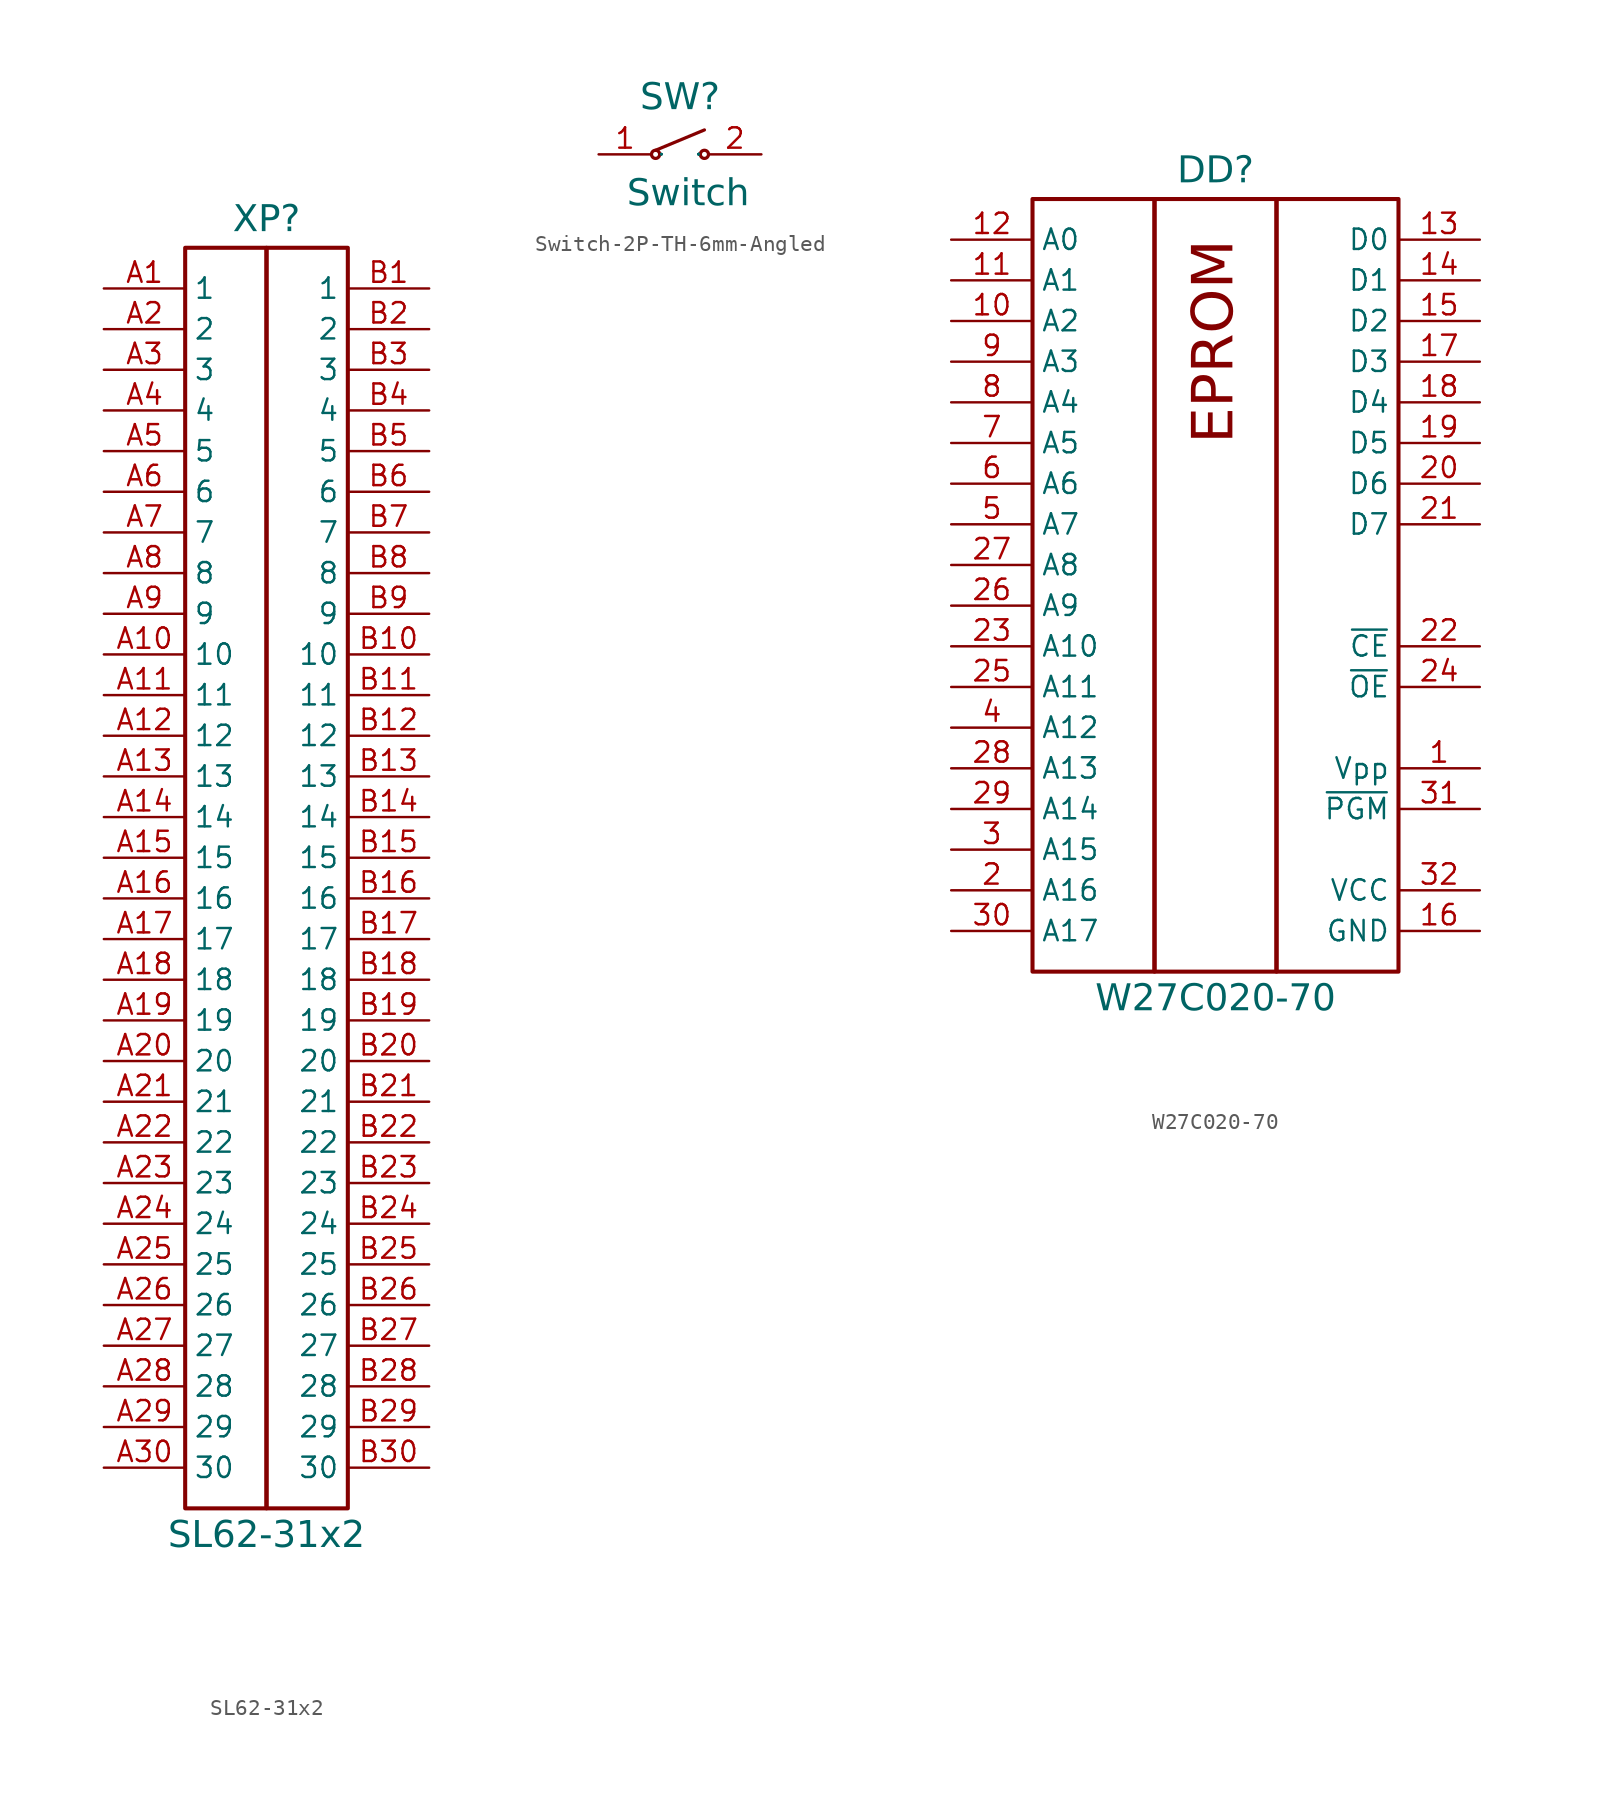
<source format=kicad_sym>
(kicad_symbol_lib
  (version 20241209)
  (generator "kicad_symbol_editor")
  (generator_version "9.0")
  (symbol "SL62-31x2"
    (property "Reference" "XP"
      (at 10.16 3.302 0)
      (do_not_autoplace)
      (effects (font (face "Input Sans Condensed") (size 1.651 1.651)) (justify bottom)))
    (property "Value" "SL62-31x2"
      (at 10.16 -76.962 0)
      (do_not_autoplace)
      (effects (font (face "Input Sans Condensed") (size 1.651 1.651)) (justify top)))
    (symbol "SL62-31x2_0_0"
      (rectangle (start 5.08 2.54) (end 10.16 -76.2) (stroke (width 0.254) (type solid)) (fill (type none)))
      (rectangle (start 10.16 2.54) (end 15.24 -76.2) (stroke (width 0.254) (type solid)) (fill (type none)))
      (pin passive line (at 0 -2.54 0) (length 5.08) (name "2" (effects (font (size 1.27 1.27)))) (number "A2" (effects (font (size 1.27 1.27)))))
      (pin passive line (at 0 -5.08 0) (length 5.08) (name "3" (effects (font (size 1.27 1.27)))) (number "A3" (effects (font (size 1.27 1.27)))))
      (pin passive line (at 0 -7.62 0) (length 5.08) (name "4" (effects (font (size 1.27 1.27)))) (number "A4" (effects (font (size 1.27 1.27)))))
      (pin passive line (at 0 -10.16 0) (length 5.08) (name "5" (effects (font (size 1.27 1.27)))) (number "A5" (effects (font (size 1.27 1.27)))))
      (pin passive line (at 0 -12.7 0) (length 5.08) (name "6" (effects (font (size 1.27 1.27)))) (number "A6" (effects (font (size 1.27 1.27)))))
      (pin passive line (at 0 -15.24 0) (length 5.08) (name "7" (effects (font (size 1.27 1.27)))) (number "A7" (effects (font (size 1.27 1.27)))))
      (pin passive line (at 0 -17.78 0) (length 5.08) (name "8" (effects (font (size 1.27 1.27)))) (number "A8" (effects (font (size 1.27 1.27)))))
      (pin passive line (at 0 -20.32 0) (length 5.08) (name "9" (effects (font (size 1.27 1.27)))) (number "A9" (effects (font (size 1.27 1.27)))))
      (pin passive line (at 0 -22.86 0) (length 5.08) (name "10" (effects (font (size 1.27 1.27)))) (number "A10" (effects (font (size 1.27 1.27)))))
      (pin passive line (at 0 -25.4 0) (length 5.08) (name "11" (effects (font (size 1.27 1.27)))) (number "A11" (effects (font (size 1.27 1.27)))))
      (pin passive line (at 0 -27.94 0) (length 5.08) (name "12" (effects (font (size 1.27 1.27)))) (number "A12" (effects (font (size 1.27 1.27)))))
      (pin passive line (at 0 -30.48 0) (length 5.08) (name "13" (effects (font (size 1.27 1.27)))) (number "A13" (effects (font (size 1.27 1.27)))))
      (pin passive line (at 0 -33.02 0) (length 5.08) (name "14" (effects (font (size 1.27 1.27)))) (number "A14" (effects (font (size 1.27 1.27)))))
      (pin passive line (at 0 -35.56 0) (length 5.08) (name "15" (effects (font (size 1.27 1.27)))) (number "A15" (effects (font (size 1.27 1.27)))))
      (pin passive line (at 0 -38.1 0) (length 5.08) (name "16" (effects (font (size 1.27 1.27)))) (number "A16" (effects (font (size 1.27 1.27)))))
      (pin passive line (at 0 -40.64 0) (length 5.08) (name "17" (effects (font (size 1.27 1.27)))) (number "A17" (effects (font (size 1.27 1.27)))))
      (pin passive line (at 0 -43.18 0) (length 5.08) (name "18" (effects (font (size 1.27 1.27)))) (number "A18" (effects (font (size 1.27 1.27)))))
      (pin passive line (at 0 -45.72 0) (length 5.08) (name "19" (effects (font (size 1.27 1.27)))) (number "A19" (effects (font (size 1.27 1.27)))))
      (pin passive line (at 0 -48.26 0) (length 5.08) (name "20" (effects (font (size 1.27 1.27)))) (number "A20" (effects (font (size 1.27 1.27)))))
      (pin passive line (at 0 -50.8 0) (length 5.08) (name "21" (effects (font (size 1.27 1.27)))) (number "A21" (effects (font (size 1.27 1.27)))))
      (pin passive line (at 0 -53.34 0) (length 5.08) (name "22" (effects (font (size 1.27 1.27)))) (number "A22" (effects (font (size 1.27 1.27)))))
      (pin passive line (at 0 -55.88 0) (length 5.08) (name "23" (effects (font (size 1.27 1.27)))) (number "A23" (effects (font (size 1.27 1.27)))))
      (pin passive line (at 0 -58.42 0) (length 5.08) (name "24" (effects (font (size 1.27 1.27)))) (number "A24" (effects (font (size 1.27 1.27)))))
      (pin passive line (at 0 -60.96 0) (length 5.08) (name "25" (effects (font (size 1.27 1.27)))) (number "A25" (effects (font (size 1.27 1.27)))))
      (pin passive line (at 0 -63.5 0) (length 5.08) (name "26" (effects (font (size 1.27 1.27)))) (number "A26" (effects (font (size 1.27 1.27)))))
      (pin passive line (at 0 -66.04 0) (length 5.08) (name "27" (effects (font (size 1.27 1.27)))) (number "A27" (effects (font (size 1.27 1.27)))))
      (pin passive line (at 0 -68.58 0) (length 5.08) (name "28" (effects (font (size 1.27 1.27)))) (number "A28" (effects (font (size 1.27 1.27)))))
      (pin passive line (at 0 -71.12 0) (length 5.08) (name "29" (effects (font (size 1.27 1.27)))) (number "A29" (effects (font (size 1.27 1.27)))))
      (pin passive line (at 0 -73.66 0) (length 5.08) (name "30" (effects (font (size 1.27 1.27)))) (number "A30" (effects (font (size 1.27 1.27)))))
      (pin passive line (at 20.32 -2.54 180) (length 5.08) (name "2" (effects (font (size 1.27 1.27)))) (number "B2" (effects (font (size 1.27 1.27)))))
      (pin passive line (at 20.32 -5.08 180) (length 5.08) (name "3" (effects (font (size 1.27 1.27)))) (number "B3" (effects (font (size 1.27 1.27)))))
      (pin passive line (at 20.32 -7.62 180) (length 5.08) (name "4" (effects (font (size 1.27 1.27)))) (number "B4" (effects (font (size 1.27 1.27)))))
      (pin passive line (at 20.32 -10.16 180) (length 5.08) (name "5" (effects (font (size 1.27 1.27)))) (number "B5" (effects (font (size 1.27 1.27)))))
      (pin passive line (at 20.32 -12.7 180) (length 5.08) (name "6" (effects (font (size 1.27 1.27)))) (number "B6" (effects (font (size 1.27 1.27)))))
      (pin passive line (at 20.32 -15.24 180) (length 5.08) (name "7" (effects (font (size 1.27 1.27)))) (number "B7" (effects (font (size 1.27 1.27)))))
      (pin passive line (at 20.32 -17.78 180) (length 5.08) (name "8" (effects (font (size 1.27 1.27)))) (number "B8" (effects (font (size 1.27 1.27)))))
      (pin passive line (at 20.32 -20.32 180) (length 5.08) (name "9" (effects (font (size 1.27 1.27)))) (number "B9" (effects (font (size 1.27 1.27)))))
      (pin passive line (at 20.32 -22.86 180) (length 5.08) (name "10" (effects (font (size 1.27 1.27)))) (number "B10" (effects (font (size 1.27 1.27)))))
      (pin passive line (at 20.32 -25.4 180) (length 5.08) (name "11" (effects (font (size 1.27 1.27)))) (number "B11" (effects (font (size 1.27 1.27)))))
      (pin passive line (at 20.32 -27.94 180) (length 5.08) (name "12" (effects (font (size 1.27 1.27)))) (number "B12" (effects (font (size 1.27 1.27)))))
      (pin passive line (at 20.32 -30.48 180) (length 5.08) (name "13" (effects (font (size 1.27 1.27)))) (number "B13" (effects (font (size 1.27 1.27)))))
      (pin passive line (at 20.32 -33.02 180) (length 5.08) (name "14" (effects (font (size 1.27 1.27)))) (number "B14" (effects (font (size 1.27 1.27)))))
      (pin passive line (at 20.32 -35.56 180) (length 5.08) (name "15" (effects (font (size 1.27 1.27)))) (number "B15" (effects (font (size 1.27 1.27)))))
      (pin passive line (at 20.32 -38.1 180) (length 5.08) (name "16" (effects (font (size 1.27 1.27)))) (number "B16" (effects (font (size 1.27 1.27)))))
      (pin passive line (at 20.32 -40.64 180) (length 5.08) (name "17" (effects (font (size 1.27 1.27)))) (number "B17" (effects (font (size 1.27 1.27)))))
      (pin passive line (at 20.32 -43.18 180) (length 5.08) (name "18" (effects (font (size 1.27 1.27)))) (number "B18" (effects (font (size 1.27 1.27)))))
      (pin passive line (at 20.32 -45.72 180) (length 5.08) (name "19" (effects (font (size 1.27 1.27)))) (number "B19" (effects (font (size 1.27 1.27)))))
      (pin passive line (at 20.32 -48.26 180) (length 5.08) (name "20" (effects (font (size 1.27 1.27)))) (number "B20" (effects (font (size 1.27 1.27)))))
      (pin passive line (at 20.32 -50.8 180) (length 5.08) (name "21" (effects (font (size 1.27 1.27)))) (number "B21" (effects (font (size 1.27 1.27)))))
      (pin passive line (at 20.32 -53.34 180) (length 5.08) (name "22" (effects (font (size 1.27 1.27)))) (number "B22" (effects (font (size 1.27 1.27)))))
      (pin passive line (at 20.32 -55.88 180) (length 5.08) (name "23" (effects (font (size 1.27 1.27)))) (number "B23" (effects (font (size 1.27 1.27)))))
      (pin passive line (at 20.32 -58.42 180) (length 5.08) (name "24" (effects (font (size 1.27 1.27)))) (number "B24" (effects (font (size 1.27 1.27)))))
      (pin passive line (at 20.32 -60.96 180) (length 5.08) (name "25" (effects (font (size 1.27 1.27)))) (number "B25" (effects (font (size 1.27 1.27)))))
      (pin passive line (at 20.32 -63.5 180) (length 5.08) (name "26" (effects (font (size 1.27 1.27)))) (number "B26" (effects (font (size 1.27 1.27)))))
      (pin passive line (at 20.32 -66.04 180) (length 5.08) (name "27" (effects (font (size 1.27 1.27)))) (number "B27" (effects (font (size 1.27 1.27)))))
      (pin passive line (at 20.32 -68.58 180) (length 5.08) (name "28" (effects (font (size 1.27 1.27)))) (number "B28" (effects (font (size 1.27 1.27)))))
      (pin passive line (at 20.32 -71.12 180) (length 5.08) (name "29" (effects (font (size 1.27 1.27)))) (number "B29" (effects (font (size 1.27 1.27)))))
      (pin passive line (at 20.32 -73.66 180) (length 5.08) (name "30" (effects (font (size 1.27 1.27)))) (number "B30" (effects (font (size 1.27 1.27))))))
    (symbol "SL62-31x2_1_0"
      (pin passive line (at 0 0 0) (length 5.08) (name "1" (effects (font (size 1.27 1.27)))) (number "A1" (effects (font (size 1.27 1.27)))))
      (pin passive line (at 20.32 0 180) (length 5.08) (name "1" (effects (font (size 1.27 1.27)))) (number "B1" (effects (font (size 1.27 1.27)))))))
  (symbol "Switch-2P-TH-6mm-Angled"
    (property "Reference" "SW"
      (at 0 2.54 0)
      (do_not_autoplace)
      (effects (font (face "Input Sans Condensed") (size 1.651 1.651)) (justify bottom)))
    (property "Value" "Switch"
      (at 0.508 -1.524 0)
      (do_not_autoplace)
      (effects (font (face "Input Sans Condensed") (size 1.651 1.651)) (justify top)))
    (symbol "Switch-2P-TH-6mm-Angled_0_0"
      (polyline (pts (xy -1.524 0.254) (xy 1.524 1.524)) (stroke (width 0.203) (type solid)) (fill (type none)))
      (circle (center -1.524 0) (radius 0.254) (stroke (width 0.203) (type solid)) (fill (type none)))
      (circle (center 1.524 0) (radius 0.254) (stroke (width 0.203) (type solid)) (fill (type none))))
    (symbol "Switch-2P-TH-6mm-Angled_1_0"
      (pin passive line (at -5.08 0 0) (length 3.302) (name "1" (effects (font (size 0.025 0.025)))) (number "1" (effects (font (size 1.27 1.27)))))
      (pin passive line (at 5.08 0 180) (length 3.302) (name "2" (effects (font (size 0.025 0.025)))) (number "2" (effects (font (size 1.27 1.27)))))))
  (symbol "W27C020-70"
    (property "Reference" "DD"
      (at 16.51 3.302 0)
      (do_not_autoplace)
      (effects (font (face "Input Sans Condensed") (size 1.651 1.651)) (justify bottom)))
    (property "Value" "W27C020-70"
      (at 16.51 -46.482 0)
      (do_not_autoplace)
      (effects (font (face "Input Sans Condensed") (size 1.651 1.651)) (justify top)))
    (symbol "W27C020-70_0_0"
      (rectangle (start 5.08 2.54) (end 12.7 -45.72) (stroke (width 0.254) (type solid)) (fill (type none)))
      (rectangle (start 12.7 2.54) (end 20.32 -45.72) (stroke (width 0.254) (type solid)) (fill (type none)))
      (rectangle (start 20.32 2.54) (end 27.94 -45.72) (stroke (width 0.254) (type solid)) (fill (type none))))
    (symbol "W27C020-70_1_0"
      (pin input line (at 0 0 0) (length 5.08) (name "A0" (effects (font (size 1.27 1.27)))) (number "12" (effects (font (size 1.27 1.27)))))
      (pin input line (at 0 -2.54 0) (length 5.08) (name "A1" (effects (font (size 1.27 1.27)))) (number "11" (effects (font (size 1.27 1.27)))))
      (pin input line (at 0 -5.08 0) (length 5.08) (name "A2" (effects (font (size 1.27 1.27)))) (number "10" (effects (font (size 1.27 1.27)))))
      (pin input line (at 0 -7.62 0) (length 5.08) (name "A3" (effects (font (size 1.27 1.27)))) (number "9" (effects (font (size 1.27 1.27)))))
      (pin input line (at 0 -10.16 0) (length 5.08) (name "A4" (effects (font (size 1.27 1.27)))) (number "8" (effects (font (size 1.27 1.27)))))
      (pin input line (at 0 -12.7 0) (length 5.08) (name "A5" (effects (font (size 1.27 1.27)))) (number "7" (effects (font (size 1.27 1.27)))))
      (pin input line (at 0 -15.24 0) (length 5.08) (name "A6" (effects (font (size 1.27 1.27)))) (number "6" (effects (font (size 1.27 1.27)))))
      (pin input line (at 0 -17.78 0) (length 5.08) (name "A7" (effects (font (size 1.27 1.27)))) (number "5" (effects (font (size 1.27 1.27)))))
      (pin input line (at 0 -20.32 0) (length 5.08) (name "A8" (effects (font (size 1.27 1.27)))) (number "27" (effects (font (size 1.27 1.27)))))
      (pin input line (at 0 -22.86 0) (length 5.08) (name "A9" (effects (font (size 1.27 1.27)))) (number "26" (effects (font (size 1.27 1.27)))))
      (pin input line (at 0 -25.4 0) (length 5.08) (name "A10" (effects (font (size 1.27 1.27)))) (number "23" (effects (font (size 1.27 1.27)))))
      (pin input line (at 0 -27.94 0) (length 5.08) (name "A11" (effects (font (size 1.27 1.27)))) (number "25" (effects (font (size 1.27 1.27)))))
      (pin input line (at 0 -30.48 0) (length 5.08) (name "A12" (effects (font (size 1.27 1.27)))) (number "4" (effects (font (size 1.27 1.27)))))
      (pin input line (at 0 -33.02 0) (length 5.08) (name "A13" (effects (font (size 1.27 1.27)))) (number "28" (effects (font (size 1.27 1.27)))))
      (pin input line (at 0 -35.56 0) (length 5.08) (name "A14" (effects (font (size 1.27 1.27)))) (number "29" (effects (font (size 1.27 1.27)))))
      (pin input line (at 0 -38.1 0) (length 5.08) (name "A15" (effects (font (size 1.27 1.27)))) (number "3" (effects (font (size 1.27 1.27)))))
      (pin input line (at 0 -40.64 0) (length 5.08) (name "A16" (effects (font (size 1.27 1.27)))) (number "2" (effects (font (size 1.27 1.27)))))
      (pin input line (at 0 -43.18 0) (length 5.08) (name "A17" (effects (font (size 1.27 1.27)))) (number "30" (effects (font (size 1.27 1.27)))))
      (pin bidirectional line (at 33.02 0 180) (length 5.08) (name "D0" (effects (font (size 1.27 1.27)))) (number "13" (effects (font (size 1.27 1.27)))))
      (pin bidirectional line (at 33.02 -2.54 180) (length 5.08) (name "D1" (effects (font (size 1.27 1.27)))) (number "14" (effects (font (size 1.27 1.27)))))
      (pin bidirectional line (at 33.02 -5.08 180) (length 5.08) (name "D2" (effects (font (size 1.27 1.27)))) (number "15" (effects (font (size 1.27 1.27)))))
      (pin bidirectional line (at 33.02 -7.62 180) (length 5.08) (name "D3" (effects (font (size 1.27 1.27)))) (number "17" (effects (font (size 1.27 1.27)))))
      (pin bidirectional line (at 33.02 -10.16 180) (length 5.08) (name "D4" (effects (font (size 1.27 1.27)))) (number "18" (effects (font (size 1.27 1.27)))))
      (pin bidirectional line (at 33.02 -12.7 180) (length 5.08) (name "D5" (effects (font (size 1.27 1.27)))) (number "19" (effects (font (size 1.27 1.27)))))
      (pin bidirectional line (at 33.02 -15.24 180) (length 5.08) (name "D6" (effects (font (size 1.27 1.27)))) (number "20" (effects (font (size 1.27 1.27)))))
      (pin bidirectional line (at 33.02 -17.78 180) (length 5.08) (name "D7" (effects (font (size 1.27 1.27)))) (number "21" (effects (font (size 1.27 1.27)))))
      (pin input line (at 33.02 -25.4 180) (length 5.08) (name "~{CE}" (effects (font (size 1.27 1.27)))) (number "22" (effects (font (size 1.27 1.27)))))
      (pin input line (at 33.02 -27.94 180) (length 5.08) (name "~{OE}" (effects (font (size 1.27 1.27)))) (number "24" (effects (font (size 1.27 1.27)))))
      (pin input line (at 33.02 -33.02 180) (length 5.08) (name "Vpp" (effects (font (size 1.27 1.27)))) (number "1" (effects (font (size 1.27 1.27)))))
      (pin input line (at 33.02 -35.56 180) (length 5.08) (name "~{PGM}" (effects (font (size 1.27 1.27)))) (number "31" (effects (font (size 1.27 1.27)))))
      (pin power_in line (at 33.02 -40.64 180) (length 5.08) (name "VCC" (effects (font (size 1.27 1.27)))) (number "32" (effects (font (size 1.27 1.27)))))
      (pin power_in line (at 33.02 -43.18 180) (length 5.08) (name "GND" (effects (font (size 1.27 1.27)))) (number "16" (effects (font (size 1.27 1.27))))))
    (symbol "W27C020-70_1_1"
      (text "EPROM" (at 16.51 0 900) (effects (font (face "Input Sans Condensed") (size 2.54 2.54)) (justify right))))))
</source>
